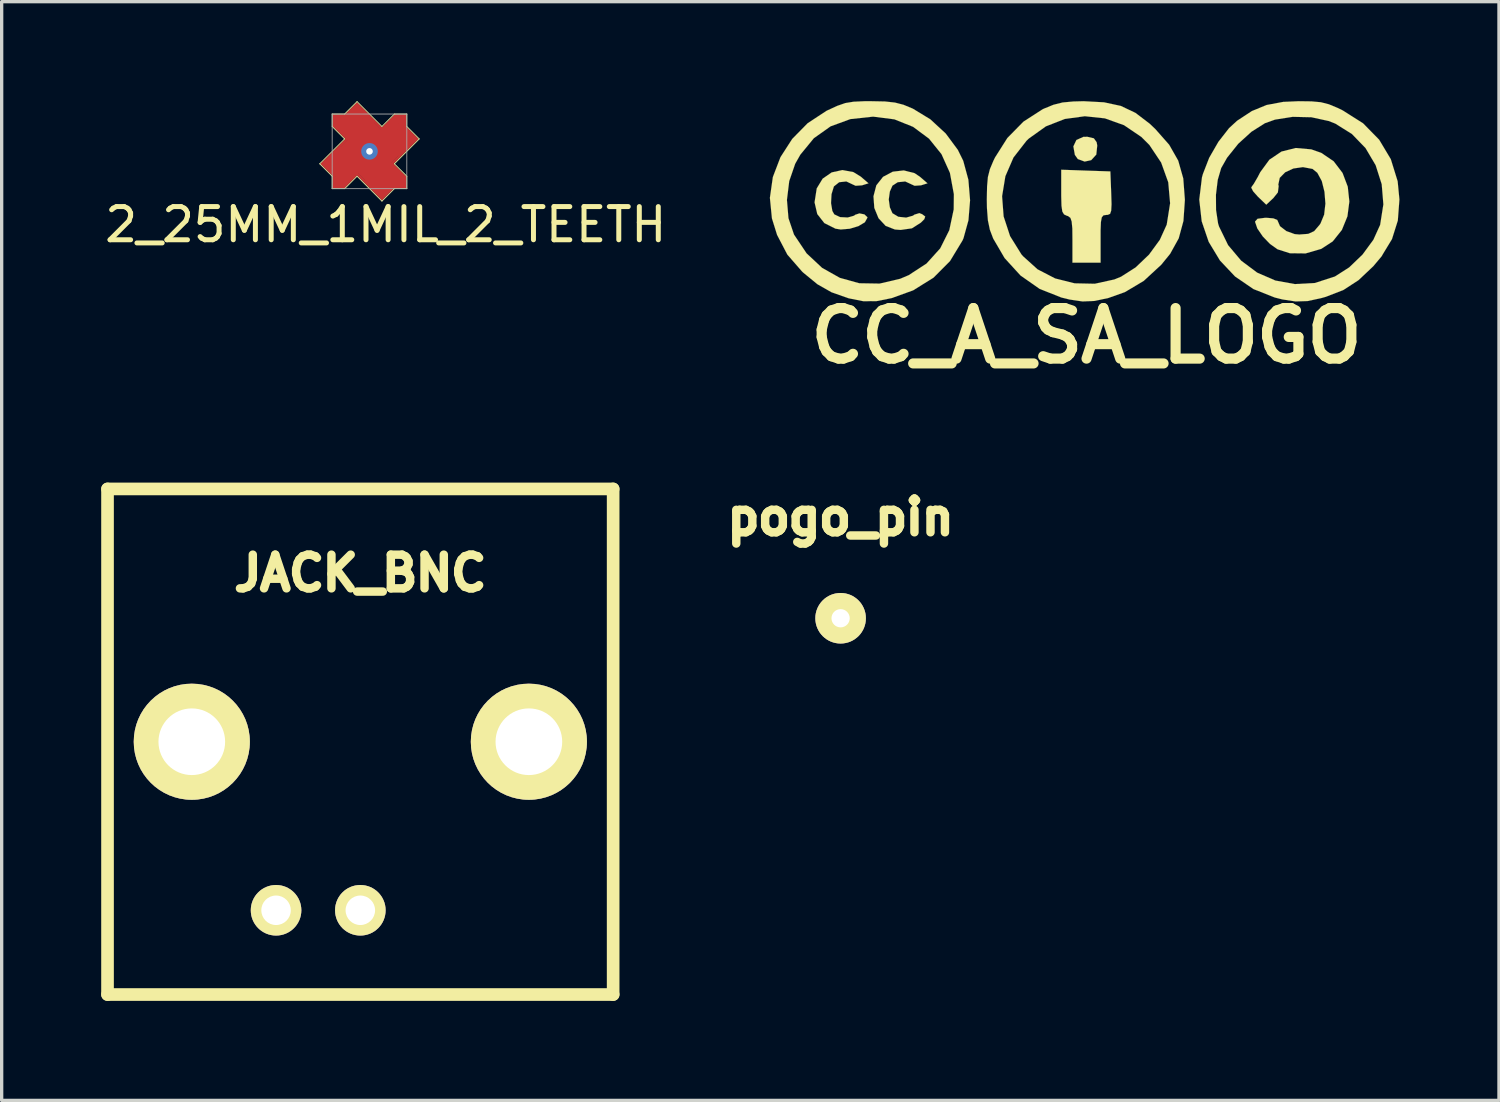
<source format=kicad_pcb>
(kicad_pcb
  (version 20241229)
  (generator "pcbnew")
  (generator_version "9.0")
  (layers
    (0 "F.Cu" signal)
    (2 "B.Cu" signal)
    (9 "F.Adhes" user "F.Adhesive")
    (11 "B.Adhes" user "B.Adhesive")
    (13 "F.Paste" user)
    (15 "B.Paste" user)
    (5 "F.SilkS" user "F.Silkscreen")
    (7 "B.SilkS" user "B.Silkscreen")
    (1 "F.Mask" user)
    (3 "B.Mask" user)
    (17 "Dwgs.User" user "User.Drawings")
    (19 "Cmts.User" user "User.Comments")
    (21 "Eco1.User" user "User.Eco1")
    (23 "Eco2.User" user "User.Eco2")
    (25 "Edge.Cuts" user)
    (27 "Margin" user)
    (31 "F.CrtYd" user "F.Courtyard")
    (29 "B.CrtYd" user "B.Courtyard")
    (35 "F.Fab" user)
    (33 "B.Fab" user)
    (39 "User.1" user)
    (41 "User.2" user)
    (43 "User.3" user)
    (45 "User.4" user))
  (footprint "JACK_BNC"
    (layer "F.Cu")
    (at 7.811 19.307)
    (property "Reference" "JACK_BNC" (at 0 -5.08 0) (layer "F.SilkS") (effects (font (size 1.016 1.016) (thickness 0.254))))
    (attr through_hole)
    (fp_line (start -7.62 -7.62) (end -7.62 7.62) (stroke (width 0.381) (type solid)) (layer "F.SilkS"))
    (fp_line (start -7.62 7.62) (end 7.62 7.62) (stroke (width 0.381) (type solid)) (layer "F.SilkS"))
    (fp_line (start 7.62 -7.62) (end -7.62 -7.62) (stroke (width 0.381) (type solid)) (layer "F.SilkS"))
    (fp_line (start 7.62 7.62) (end 7.62 -7.62) (stroke (width 0.381) (type solid)) (layer "F.SilkS"))
    (pad "" thru_hole circle (at -5.08 0) (size 3.5 3.5) (drill 2.009) (layers "*.Cu" "*.Mask" "F.SilkS"))
    (pad "" thru_hole circle (at 5.08 0) (size 3.5 3.5) (drill 2.009) (layers "*.Cu" "*.Mask" "F.SilkS"))
    (pad "1" thru_hole circle (at -2.54 5.08) (size 1.524 1.524) (drill 0.889) (layers "*.Cu" "*.Mask" "F.SilkS"))
    (pad "2" thru_hole circle (at 0 5.08) (size 1.524 1.524) (drill 0.889) (layers "*.Cu" "*.Mask" "F.SilkS")))
  (footprint "2_25MM_1MIL_2_TEETH"
    (layer "F.Cu")
    (at 8.087 1.512)
    (property "Reference" "2_25MM_1MIL_2_TEETH" (at 0.49 2.21 0) (layer "F.SilkS") (effects (font (size 1 1) (thickness 0.15))))
    (attr through_hole)
    (fp_line (start -1.425 0.375) (end -0.675 -0.375) (stroke (width 0.075) (type solid)) (layer "F.Cu"))
    (fp_line (start -1.075 -1.075) (end -0.725 -1.075) (stroke (width 0.075) (type solid)) (layer "F.Cu"))
    (fp_line (start -1.075 -0.775) (end -1.075 -1.075) (stroke (width 0.075) (type solid)) (layer "F.Cu"))
    (fp_line (start -1.075 0.525) (end -1.075 0.225) (stroke (width 0.2) (type solid)) (layer "F.Cu"))
    (fp_line (start -1.075 0.725) (end -1.425 0.375) (stroke (width 0.075) (type solid)) (layer "F.Cu"))
    (fp_line (start -1.075 1.075) (end -1.075 0.725) (stroke (width 0.075) (type solid)) (layer "F.Cu"))
    (fp_line (start -1.025 1.05) (end -1.025 0.975) (stroke (width 0.1) (type solid)) (layer "F.Cu"))
    (fp_line (start -1 -0.975) (end -0.775 -0.975) (stroke (width 0.2) (type solid)) (layer "F.Cu"))
    (fp_line (start -0.925 -0.825) (end -0.425 -0.325) (stroke (width 0.3) (type solid)) (layer "F.Cu"))
    (fp_line (start -0.9 -0.025) (end -1.3 0.375) (stroke (width 0.2) (type solid)) (layer "F.Cu"))
    (fp_line (start -0.9 0.75) (end -1.3 0.375) (stroke (width 0.2) (type solid)) (layer "F.Cu"))
    (fp_line (start -0.9 0.75) (end -0.9 -0.025) (stroke (width 0.2) (type solid)) (layer "F.Cu"))
    (fp_line (start -0.825 0.925) (end -0.325 0.425) (stroke (width 0.3) (type solid)) (layer "F.Cu"))
    (fp_line (start -0.775 1.075) (end -1.075 1.075) (stroke (width 0.075) (type solid)) (layer "F.Cu"))
    (fp_line (start -0.75 -0.9) (end -0.375 -1.3) (stroke (width 0.2) (type solid)) (layer "F.Cu"))
    (fp_line (start -0.75 -0.9) (end 0.025 -0.9) (stroke (width 0.2) (type solid)) (layer "F.Cu"))
    (fp_line (start -0.725 -1.075) (end -0.375 -1.425) (stroke (width 0.075) (type solid)) (layer "F.Cu"))
    (fp_line (start -0.675 -0.375) (end -1.075 -0.775) (stroke (width 0.075) (type solid)) (layer "F.Cu"))
    (fp_line (start -0.55 -0.25) (end -0.85 0.05) (stroke (width 0.3) (type solid)) (layer "F.Cu"))
    (fp_line (start -0.525 -1.075) (end -0.225 -1.075) (stroke (width 0.2) (type solid)) (layer "F.Cu"))
    (fp_line (start -0.425 -0.3) (end 0.35 -0.3) (stroke (width 0.3) (type solid)) (layer "F.Cu"))
    (fp_line (start -0.375 -1.425) (end 0.375 -0.675) (stroke (width 0.075) (type solid)) (layer "F.Cu"))
    (fp_line (start -0.375 -0.075) (end -0.85 0.4) (stroke (width 0.4) (type solid)) (layer "F.Cu"))
    (fp_line (start -0.375 0.675) (end -0.775 1.075) (stroke (width 0.075) (type solid)) (layer "F.Cu"))
    (fp_line (start -0.25 0.25) (end -0.875 0.875) (stroke (width 0.4) (type solid)) (layer "F.Cu"))
    (fp_line (start -0.25 0.55) (end 0.05 0.85) (stroke (width 0.3) (type solid)) (layer "F.Cu"))
    (fp_line (start -0.025 0.9) (end 0.375 1.3) (stroke (width 0.2) (type solid)) (layer "F.Cu"))
    (fp_line (start 0 -0.35) (end -0.55 -0.9) (stroke (width 0.4) (type solid)) (layer "F.Cu"))
    (fp_line (start 0 0.35) (end 0.55 0.9) (stroke (width 0.4) (type solid)) (layer "F.Cu"))
    (fp_line (start 0.025 -0.9) (end -0.375 -1.3) (stroke (width 0.2) (type solid)) (layer "F.Cu"))
    (fp_line (start 0.25 -0.55) (end -0.05 -0.85) (stroke (width 0.3) (type solid)) (layer "F.Cu"))
    (fp_line (start 0.25 -0.25) (end 0.875 -0.875) (stroke (width 0.4) (type solid)) (layer "F.Cu"))
    (fp_line (start 0.375 -0.675) (end 0.775 -1.075) (stroke (width 0.075) (type solid)) (layer "F.Cu"))
    (fp_line (start 0.375 0.075) (end 0.85 -0.4) (stroke (width 0.4) (type solid)) (layer "F.Cu"))
    (fp_line (start 0.375 1.425) (end -0.375 0.675) (stroke (width 0.075) (type solid)) (layer "F.Cu"))
    (fp_line (start 0.425 0.3) (end -0.35 0.3) (stroke (width 0.3) (type solid)) (layer "F.Cu"))
    (fp_line (start 0.525 1.075) (end 0.225 1.075) (stroke (width 0.2) (type solid)) (layer "F.Cu"))
    (fp_line (start 0.55 0.25) (end 0.85 -0.05) (stroke (width 0.3) (type solid)) (layer "F.Cu"))
    (fp_line (start 0.675 0.375) (end 1.075 0.775) (stroke (width 0.075) (type solid)) (layer "F.Cu"))
    (fp_line (start 0.725 1.075) (end 0.375 1.425) (stroke (width 0.075) (type solid)) (layer "F.Cu"))
    (fp_line (start 0.75 0.9) (end -0.025 0.9) (stroke (width 0.2) (type solid)) (layer "F.Cu"))
    (fp_line (start 0.75 0.9) (end 0.375 1.3) (stroke (width 0.2) (type solid)) (layer "F.Cu"))
    (fp_line (start 0.775 -1.075) (end 1.075 -1.075) (stroke (width 0.075) (type solid)) (layer "F.Cu"))
    (fp_line (start 0.825 -0.925) (end 0.325 -0.425) (stroke (width 0.3) (type solid)) (layer "F.Cu"))
    (fp_line (start 0.9 -0.75) (end 0.9 0.025) (stroke (width 0.2) (type solid)) (layer "F.Cu"))
    (fp_line (start 0.9 -0.75) (end 1.3 -0.375) (stroke (width 0.2) (type solid)) (layer "F.Cu"))
    (fp_line (start 0.9 0.025) (end 1.3 -0.375) (stroke (width 0.2) (type solid)) (layer "F.Cu"))
    (fp_line (start 0.925 0.825) (end 0.425 0.325) (stroke (width 0.3) (type solid)) (layer "F.Cu"))
    (fp_line (start 1 0.975) (end 0.775 0.975) (stroke (width 0.2) (type solid)) (layer "F.Cu"))
    (fp_line (start 1.025 -1.05) (end 1.025 -0.975) (stroke (width 0.1) (type solid)) (layer "F.Cu"))
    (fp_line (start 1.075 -1.075) (end 1.075 -0.725) (stroke (width 0.075) (type solid)) (layer "F.Cu"))
    (fp_line (start 1.075 -0.725) (end 1.425 -0.375) (stroke (width 0.075) (type solid)) (layer "F.Cu"))
    (fp_line (start 1.075 -0.525) (end 1.075 -0.225) (stroke (width 0.2) (type solid)) (layer "F.Cu"))
    (fp_line (start 1.075 0.775) (end 1.075 1.075) (stroke (width 0.075) (type solid)) (layer "F.Cu"))
    (fp_line (start 1.075 1.075) (end 0.725 1.075) (stroke (width 0.075) (type solid)) (layer "F.Cu"))
    (fp_line (start 1.425 -0.375) (end 0.675 0.375) (stroke (width 0.075) (type solid)) (layer "F.Cu"))
    (fp_line (start -1.5 0.375) (end -1.125 0.75) (stroke (width 0.025) (type solid)) (layer "F.SilkS"))
    (fp_line (start -1.125 -1.125) (end -1.125 -0.75) (stroke (width 0.025) (type solid)) (layer "F.SilkS"))
    (fp_line (start -1.125 -1.125) (end -0.75 -1.125) (stroke (width 0.025) (type solid)) (layer "F.SilkS"))
    (fp_line (start -1.125 -0.75) (end -0.75 -0.375) (stroke (width 0.025) (type solid)) (layer "F.SilkS"))
    (fp_line (start -1.125 0.75) (end -1.125 1.125) (stroke (width 0.025) (type solid)) (layer "F.SilkS"))
    (fp_line (start -0.75 -1.125) (end -0.375 -1.5) (stroke (width 0.025) (type solid)) (layer "F.SilkS"))
    (fp_line (start -0.75 -0.375) (end -1.5 0.375) (stroke (width 0.025) (type solid)) (layer "F.SilkS"))
    (fp_line (start -0.75 1.125) (end -1.125 1.125) (stroke (width 0.025) (type solid)) (layer "F.SilkS"))
    (fp_line (start -0.375 -1.5) (end 0.375 -0.75) (stroke (width 0.025) (type solid)) (layer "F.SilkS"))
    (fp_line (start -0.375 0.75) (end -0.75 1.125) (stroke (width 0.025) (type solid)) (layer "F.SilkS"))
    (fp_line (start 0.375 -0.75) (end 0.75 -1.125) (stroke (width 0.025) (type solid)) (layer "F.SilkS"))
    (fp_line (start 0.375 1.5) (end -0.375 0.75) (stroke (width 0.025) (type solid)) (layer "F.SilkS"))
    (fp_line (start 0.75 -1.125) (end 1.125 -1.125) (stroke (width 0.025) (type solid)) (layer "F.SilkS"))
    (fp_line (start 0.75 0.375) (end 1.5 -0.375) (stroke (width 0.025) (type solid)) (layer "F.SilkS"))
    (fp_line (start 0.75 1.125) (end 0.375 1.5) (stroke (width 0.025) (type solid)) (layer "F.SilkS"))
    (fp_line (start 1.125 -0.75) (end 1.125 -1.125) (stroke (width 0.025) (type solid)) (layer "F.SilkS"))
    (fp_line (start 1.125 0.75) (end 0.75 0.375) (stroke (width 0.025) (type solid)) (layer "F.SilkS"))
    (fp_line (start 1.125 1.125) (end 0.75 1.125) (stroke (width 0.025) (type solid)) (layer "F.SilkS"))
    (fp_line (start 1.125 1.125) (end 1.125 0.75) (stroke (width 0.025) (type solid)) (layer "F.SilkS"))
    (fp_line (start 1.5 -0.375) (end 1.125 -0.75) (stroke (width 0.025) (type solid)) (layer "F.SilkS"))
    (fp_line (start -1.125 -1.125) (end -1.125 1.125) (stroke (width 0.025) (type solid)) (layer "F.Fab"))
    (fp_line (start -1.125 -1.125) (end 1.125 -1.125) (stroke (width 0.025) (type solid)) (layer "F.Fab"))
    (fp_line (start -1.125 1.125) (end 1.125 1.125) (stroke (width 0.025) (type solid)) (layer "F.Fab"))
    (fp_line (start 1.125 -1.125) (end 1.125 1.125) (stroke (width 0.025) (type solid)) (layer "F.Fab"))
    (pad "1" thru_hole circle (at 0 0) (size 0.5 0.5) (drill 0.2) (layers "*.Cu" "*.Paste" "*.Mask")))
  (footprint "CC_A_SA_LOGO"
    (layer "F.Cu")
    (at 29.699 3.006)
    (property "Reference" "CC_A_SA_LOGO" (at 0 4.064 0) (layer "F.SilkS") (effects (font (size 1.524 1.524) (thickness 0.305))))
    (attr through_hole)
    (fp_poly (pts (xy 0.323 -1.669) (xy 0.295 -1.397) (xy 0.142 -1.229) (xy -0.056 -1.186) (xy -0.262 -1.262) (xy -0.351 -1.387) (xy -0.396 -1.643) (xy -0.305 -1.836) (xy -0.097 -1.93) (xy 0.025 -1.933) (xy 0.221 -1.887) (xy 0.305 -1.77) (xy 0.323 -1.669)) (stroke (width 0.003) (type solid)) (fill yes) (layer "F.SilkS"))
    (fp_poly (pts (xy 0.754 0.097) (xy 0.744 0.292) (xy 0.711 0.389) (xy 0.643 0.419) (xy 0.597 0.422) (xy 0.511 0.434) (xy 0.46 0.495) (xy 0.434 0.635) (xy 0.424 0.889) (xy 0.424 1.143) (xy 0.424 1.862) (xy 0 1.862) (xy -0.424 1.862) (xy -0.424 1.176) (xy -0.427 0.833) (xy -0.447 0.622) (xy -0.485 0.511) (xy -0.556 0.457) (xy -0.592 0.447) (xy -0.678 0.406) (xy -0.729 0.32) (xy -0.754 0.147) (xy -0.762 -0.147) (xy -0.762 -0.269) (xy -0.762 -0.94) (xy -0.02 -0.914) (xy 0.719 -0.889) (xy 0.744 -0.234) (xy 0.754 0.097)) (stroke (width 0.003) (type solid)) (fill yes) (layer "F.SilkS"))
    (fp_poly (pts (xy -4.793 -0.531) (xy -4.989 -0.47) (xy -5.182 -0.457) (xy -5.276 -0.5) (xy -5.464 -0.587) (xy -5.69 -0.564) (xy -5.85 -0.46) (xy -5.928 -0.282) (xy -5.961 -0.043) (xy -5.928 0.193) (xy -5.85 0.371) (xy -5.672 0.478) (xy -5.436 0.503) (xy -5.23 0.445) (xy -5.189 0.414) (xy -5.039 0.368) (xy -4.953 0.401) (xy -4.862 0.47) (xy -4.889 0.551) (xy -4.994 0.655) (xy -5.263 0.826) (xy -5.603 0.874) (xy -5.776 0.861) (xy -6.055 0.752) (xy -6.269 0.521) (xy -6.396 0.211) (xy -6.421 -0.14) (xy -6.335 -0.47) (xy -6.132 -0.726) (xy -5.839 -0.881) (xy -5.507 -0.919) (xy -5.182 -0.836) (xy -5.027 -0.732) (xy -4.793 -0.531)) (stroke (width 0.003) (type solid)) (fill yes) (layer "F.SilkS"))
    (fp_poly (pts (xy -6.571 -0.531) (xy -6.767 -0.47) (xy -6.96 -0.457) (xy -7.054 -0.5) (xy -7.239 -0.587) (xy -7.455 -0.564) (xy -7.612 -0.439) (xy -7.617 -0.429) (xy -7.686 -0.203) (xy -7.701 0.066) (xy -7.661 0.302) (xy -7.602 0.406) (xy -7.429 0.488) (xy -7.198 0.5) (xy -7.005 0.445) (xy -6.975 0.419) (xy -6.845 0.376) (xy -6.695 0.406) (xy -6.607 0.488) (xy -6.604 0.505) (xy -6.68 0.643) (xy -6.873 0.759) (xy -7.135 0.838) (xy -7.407 0.861) (xy -7.567 0.836) (xy -7.902 0.668) (xy -8.115 0.396) (xy -8.197 0.043) (xy -8.133 -0.366) (xy -8.131 -0.378) (xy -7.953 -0.671) (xy -7.681 -0.859) (xy -7.358 -0.93) (xy -7.028 -0.869) (xy -6.805 -0.732) (xy -6.571 -0.531)) (stroke (width 0.003) (type solid)) (fill yes) (layer "F.SilkS"))
    (fp_poly (pts (xy 7.922 0.018) (xy 7.864 0.465) (xy 7.696 0.876) (xy 7.422 1.219) (xy 7.076 1.445) (xy 6.604 1.582) (xy 6.129 1.577) (xy 5.758 1.458) (xy 5.532 1.298) (xy 5.314 1.072) (xy 5.149 0.831) (xy 5.08 0.63) (xy 5.08 0.622) (xy 5.156 0.538) (xy 5.39 0.508) (xy 5.418 0.508) (xy 5.631 0.526) (xy 5.748 0.572) (xy 5.758 0.592) (xy 5.832 0.762) (xy 6.022 0.909) (xy 6.276 1.001) (xy 6.413 1.013) (xy 6.683 0.993) (xy 6.861 0.912) (xy 7.021 0.726) (xy 7.054 0.678) (xy 7.163 0.414) (xy 7.201 0.081) (xy 7.173 -0.274) (xy 7.092 -0.599) (xy 6.957 -0.848) (xy 6.812 -0.965) (xy 6.523 -1.019) (xy 6.236 -0.978) (xy 5.989 -0.864) (xy 5.824 -0.696) (xy 5.781 -0.495) (xy 5.791 -0.447) (xy 5.768 -0.257) (xy 5.631 -0.086) (xy 5.418 0.114) (xy 5.164 -0.13) (xy 5.022 -0.29) (xy 4.966 -0.399) (xy 4.973 -0.419) (xy 5.044 -0.518) (xy 5.159 -0.716) (xy 5.237 -0.866) (xy 5.512 -1.242) (xy 5.878 -1.488) (xy 6.307 -1.595) (xy 6.774 -1.554) (xy 7.076 -1.448) (xy 7.45 -1.194) (xy 7.717 -0.843) (xy 7.874 -0.429) (xy 7.922 0.018)) (stroke (width 0.003) (type solid)) (fill yes) (layer "F.SilkS"))
    (fp_poly (pts (xy -3.51 -0.02) (xy -3.559 0.584) (xy -3.708 1.123) (xy -3.739 1.194) (xy -3.998 1.621) (xy -3.998 -0.203) (xy -4.117 -0.846) (xy -4.371 -1.41) (xy -4.747 -1.877) (xy -5.227 -2.233) (xy -5.791 -2.459) (xy -6.426 -2.54) (xy -6.441 -2.54) (xy -7.12 -2.466) (xy -7.714 -2.248) (xy -8.219 -1.89) (xy -8.626 -1.394) (xy -8.781 -1.12) (xy -8.961 -0.597) (xy -9.03 -0.03) (xy -8.984 0.521) (xy -8.821 1.003) (xy -8.816 1.016) (xy -8.438 1.58) (xy -7.971 2.017) (xy -7.435 2.319) (xy -6.848 2.482) (xy -6.236 2.492) (xy -5.616 2.347) (xy -5.359 2.238) (xy -4.821 1.887) (xy -4.409 1.43) (xy -4.135 0.881) (xy -4.003 0.257) (xy -3.998 -0.203) (xy -3.998 1.621) (xy -4.115 1.814) (xy -4.613 2.314) (xy -5.225 2.695) (xy -5.872 2.929) (xy -6.325 3.02) (xy -6.726 3.023) (xy -7.163 2.936) (xy -7.196 2.926) (xy -7.686 2.753) (xy -8.11 2.512) (xy -8.537 2.162) (xy -8.572 2.129) (xy -9.017 1.618) (xy -9.327 1.024) (xy -9.482 0.526) (xy -9.543 -0.094) (xy -9.454 -0.719) (xy -9.225 -1.318) (xy -8.87 -1.869) (xy -8.405 -2.342) (xy -7.841 -2.713) (xy -7.811 -2.728) (xy -7.513 -2.865) (xy -7.272 -2.949) (xy -7.021 -2.99) (xy -6.693 -3.005) (xy -6.48 -3.005) (xy -6.073 -2.997) (xy -5.773 -2.964) (xy -5.517 -2.898) (xy -5.243 -2.784) (xy -5.227 -2.776) (xy -4.707 -2.459) (xy -4.244 -2.032) (xy -3.879 -1.539) (xy -3.716 -1.209) (xy -3.561 -0.638) (xy -3.51 -0.02)) (stroke (width 0.003) (type solid)) (fill yes) (layer "F.SilkS"))
    (fp_poly (pts (xy 2.964 -0.02) (xy 2.921 0.605) (xy 2.779 1.128) (xy 2.52 1.595) (xy 2.52 0.071) (xy 2.464 -0.561) (xy 2.25 -1.156) (xy 1.895 -1.687) (xy 1.651 -1.93) (xy 1.13 -2.283) (xy 0.554 -2.489) (xy -0.051 -2.553) (xy -0.653 -2.471) (xy -1.224 -2.248) (xy -1.737 -1.882) (xy -1.811 -1.811) (xy -2.202 -1.308) (xy -2.446 -0.744) (xy -2.545 -0.142) (xy -2.499 0.467) (xy -2.304 1.062) (xy -1.961 1.613) (xy -1.915 1.666) (xy -1.476 2.062) (xy -0.945 2.337) (xy -0.358 2.484) (xy 0.249 2.497) (xy 0.841 2.367) (xy 1.044 2.283) (xy 1.481 2.004) (xy 1.885 1.618) (xy 2.21 1.173) (xy 2.416 0.719) (xy 2.418 0.714) (xy 2.52 0.071) (xy 2.52 1.595) (xy 2.253 1.923) (xy 1.725 2.41) (xy 1.158 2.748) (xy 0.658 2.926) (xy 0.241 3.015) (xy -0.119 3.03) (xy -0.511 2.972) (xy -0.759 2.911) (xy -1.412 2.652) (xy -1.989 2.248) (xy -2.469 1.722) (xy -2.812 1.135) (xy -2.913 0.869) (xy -2.972 0.587) (xy -3 0.229) (xy -3.005 -0.043) (xy -2.997 -0.437) (xy -2.972 -0.721) (xy -2.911 -0.96) (xy -2.804 -1.214) (xy -2.758 -1.308) (xy -2.385 -1.897) (xy -1.9 -2.39) (xy -1.333 -2.756) (xy -1.288 -2.779) (xy -0.996 -2.898) (xy -0.721 -2.967) (xy -0.394 -2.997) (xy -0.084 -3.005) (xy 0.528 -2.972) (xy 1.034 -2.863) (xy 1.478 -2.652) (xy 1.908 -2.324) (xy 2.08 -2.159) (xy 2.492 -1.692) (xy 2.764 -1.214) (xy 2.916 -0.678) (xy 2.964 -0.043) (xy 2.964 -0.02)) (stroke (width 0.003) (type solid)) (fill yes) (layer "F.SilkS"))
    (fp_poly (pts (xy 9.431 -0.043) (xy 9.383 0.592) (xy 9.207 1.151) (xy 8.948 1.577) (xy 8.948 0.104) (xy 8.898 -0.503) (xy 8.715 -1.077) (xy 8.41 -1.593) (xy 7.998 -2.019) (xy 7.496 -2.332) (xy 7.303 -2.408) (xy 6.779 -2.522) (xy 6.215 -2.535) (xy 5.682 -2.451) (xy 5.377 -2.342) (xy 4.971 -2.085) (xy 4.572 -1.722) (xy 4.237 -1.303) (xy 4.059 -0.991) (xy 3.955 -0.635) (xy 3.901 -0.188) (xy 3.904 0.274) (xy 3.965 0.678) (xy 3.993 0.77) (xy 4.267 1.333) (xy 4.661 1.801) (xy 5.144 2.162) (xy 5.692 2.4) (xy 6.281 2.507) (xy 6.883 2.474) (xy 7.473 2.283) (xy 7.48 2.283) (xy 7.917 2.004) (xy 8.319 1.618) (xy 8.646 1.173) (xy 8.852 0.719) (xy 8.852 0.714) (xy 8.948 0.104) (xy 8.948 1.577) (xy 8.893 1.671) (xy 8.644 1.968) (xy 8.199 2.388) (xy 7.742 2.685) (xy 7.211 2.891) (xy 7.069 2.931) (xy 6.662 3.018) (xy 6.302 3.03) (xy 5.903 2.969) (xy 5.674 2.911) (xy 5.032 2.657) (xy 4.478 2.278) (xy 4.023 1.796) (xy 3.683 1.234) (xy 3.472 0.615) (xy 3.399 -0.041) (xy 3.48 -0.709) (xy 3.508 -0.81) (xy 3.698 -1.3) (xy 3.975 -1.781) (xy 4.298 -2.195) (xy 4.539 -2.416) (xy 4.983 -2.708) (xy 5.428 -2.891) (xy 5.931 -2.985) (xy 6.393 -3.005) (xy 6.782 -3) (xy 7.064 -2.974) (xy 7.303 -2.913) (xy 7.559 -2.807) (xy 7.722 -2.728) (xy 8.336 -2.339) (xy 8.821 -1.844) (xy 9.172 -1.257) (xy 9.378 -0.592) (xy 9.431 -0.043)) (stroke (width 0.003) (type solid)) (fill yes) (layer "F.SilkS")))
  (footprint "pogo_pin"
    (layer "F.Cu")
    (at 22.287 15.585)
    (property "Reference" "pogo_pin" (at 0 -3.048 0) (layer "F.SilkS") (effects (font (size 1.016 1.016) (thickness 0.254))))
    (attr through_hole)
    (pad "1" thru_hole circle (at 0 0) (size 1.524 1.524) (drill 0.55) (layers "*.Cu" "*.Mask" "F.SilkS")))
  (gr_rect
    (start -3 -3)
    (end 42.131 30.118)
    (stroke (width 0.1) (type default))
    (fill no)
    (layer "Edge.Cuts")))
</source>
